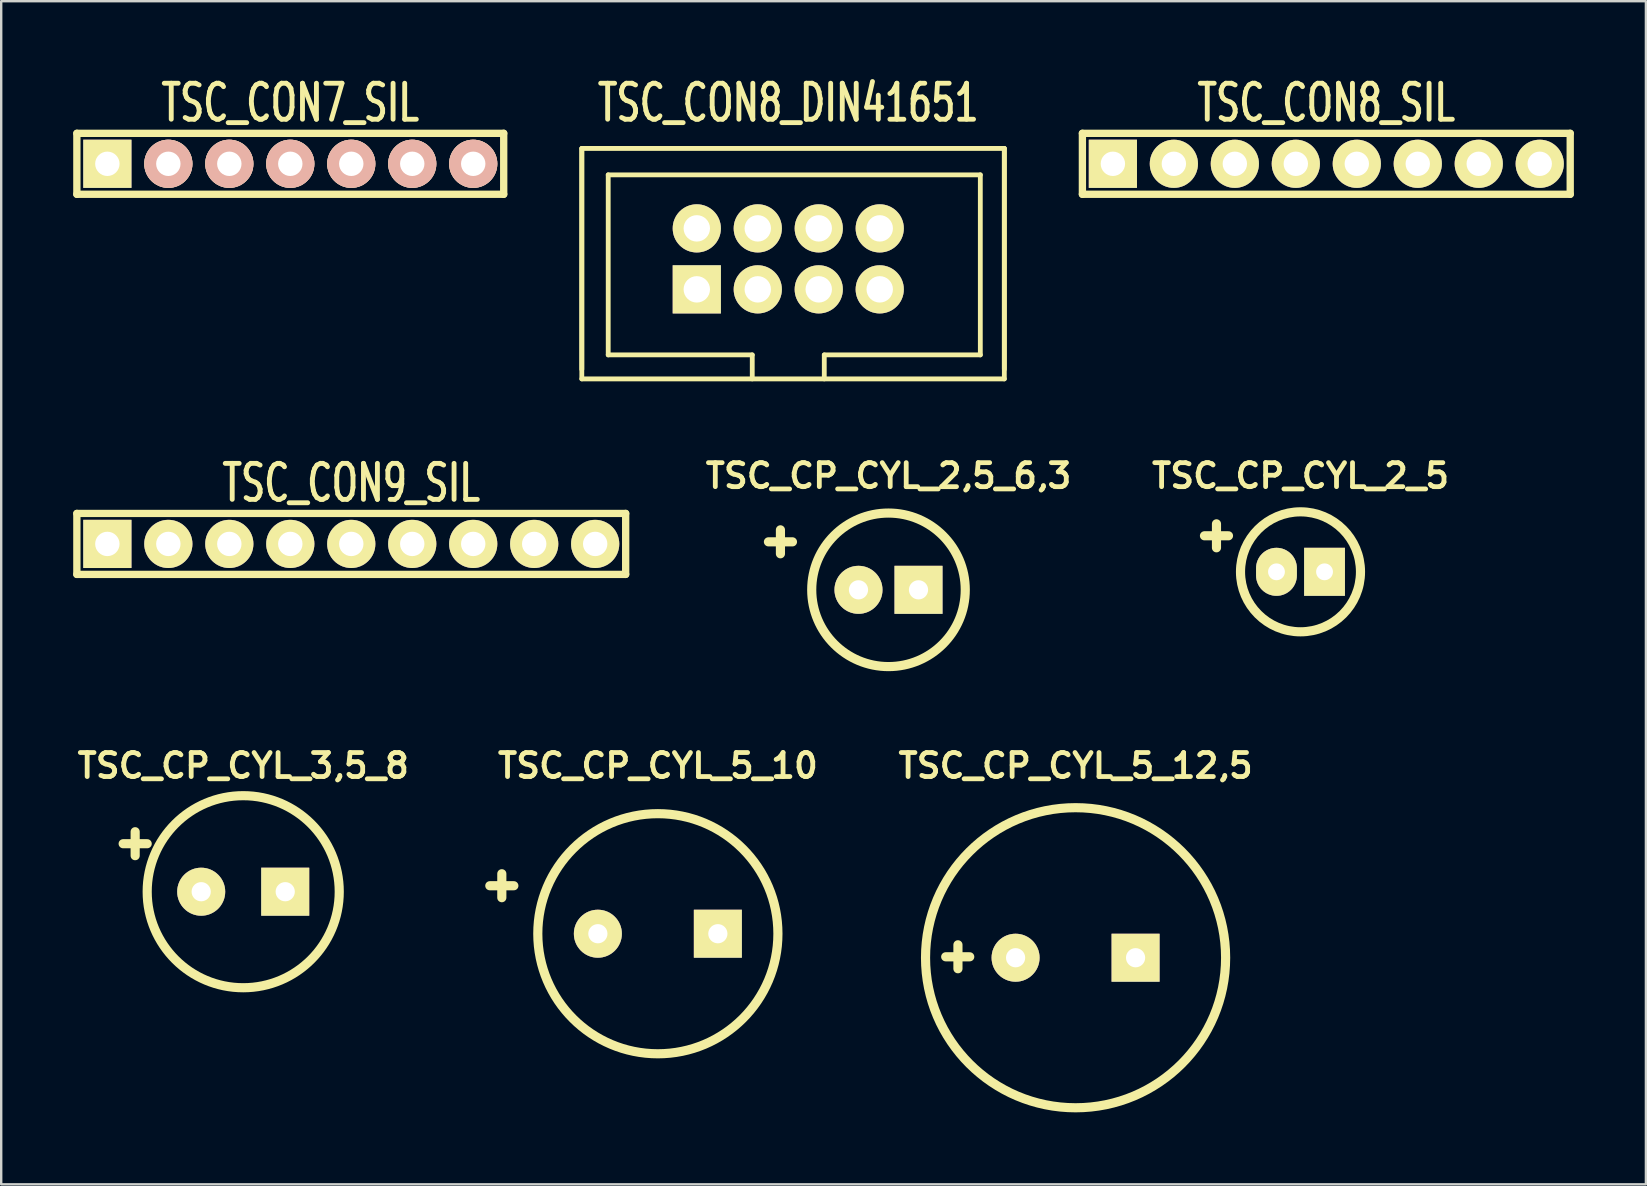
<source format=kicad_pcb>
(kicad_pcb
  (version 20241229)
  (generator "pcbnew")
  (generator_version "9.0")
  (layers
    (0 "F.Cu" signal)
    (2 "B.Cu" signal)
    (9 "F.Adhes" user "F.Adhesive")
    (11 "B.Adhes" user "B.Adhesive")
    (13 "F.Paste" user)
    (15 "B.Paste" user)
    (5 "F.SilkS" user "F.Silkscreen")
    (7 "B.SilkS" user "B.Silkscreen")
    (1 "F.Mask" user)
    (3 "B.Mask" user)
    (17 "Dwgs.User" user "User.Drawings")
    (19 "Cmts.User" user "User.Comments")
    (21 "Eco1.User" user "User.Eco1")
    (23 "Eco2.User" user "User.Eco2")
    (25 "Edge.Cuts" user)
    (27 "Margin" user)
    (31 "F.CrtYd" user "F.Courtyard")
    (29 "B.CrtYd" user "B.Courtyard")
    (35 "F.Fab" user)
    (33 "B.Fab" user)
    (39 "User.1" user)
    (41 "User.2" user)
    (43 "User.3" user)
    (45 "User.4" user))
  (footprint "TSC_CP_CYL_5_10"
    (layer "F.Cu")
    (at 24.353 35.844)
    (property "Reference" "TSC_CP_CYL_5_10" (at 0 -7 0) (layer "F.SilkS") (effects (font (size 1 1) (thickness 0.2))))
    (attr through_hole)
    (fp_line (start -6.5 -2.499) (end -6.5 -1.501) (stroke (width 0.381) (type solid)) (layer "F.SilkS"))
    (fp_line (start -5.999 -1.999) (end -7 -1.999) (stroke (width 0.381) (type solid)) (layer "F.SilkS"))
    (fp_circle (center 0 0) (end 5.001 0) (stroke (width 0.381) (type solid)) (fill no) (layer "F.SilkS"))
    (pad "1" thru_hole circle (at -2.499 0) (size 1.999 1.999) (drill 0.8) (layers "*.Cu" "*.Mask" "F.SilkS"))
    (pad "2" thru_hole rect (at 2.499 0) (size 1.999 1.999) (drill 0.8) (layers "*.Cu" "*.Mask" "F.SilkS")))
  (footprint "TSC_CP_CYL_2,5_6,3"
    (layer "F.Cu")
    (at 33.96 21.519)
    (property "Reference" "TSC_CP_CYL_2,5_6,3" (at 0 -4.75 0) (layer "F.SilkS") (effects (font (size 1 1) (thickness 0.2))))
    (attr through_hole)
    (fp_line (start -4.501 -2.499) (end -4.501 -1.501) (stroke (width 0.381) (type solid)) (layer "F.SilkS"))
    (fp_line (start -4 -1.999) (end -5.001 -1.999) (stroke (width 0.381) (type solid)) (layer "F.SilkS"))
    (fp_circle (center 0 0) (end 3.175 0.381) (stroke (width 0.381) (type solid)) (fill no) (layer "F.SilkS"))
    (pad "1" thru_hole circle (at -1.25 0) (size 2 2) (drill 0.8) (layers "*.Cu" "*.Mask" "F.SilkS"))
    (pad "2" thru_hole rect (at 1.25 0) (size 2 2) (drill 0.8) (layers "*.Cu" "*.Mask" "F.SilkS")))
  (footprint "TSC_CON8_DIN41651"
    (layer "F.Cu")
    (at 29.785 7.733)
    (property "Reference" "TSC_CON8_DIN41651" (at 0 -6.5 0) (layer "F.SilkS") (effects (font (size 1.499 1.016) (thickness 0.203))))
    (attr through_hole)
    (fp_line (start -8.6 -4.6) (end 9 -4.6) (stroke (width 0.2) (type solid)) (layer "F.SilkS"))
    (fp_line (start -8.6 4.6) (end -8.6 -4.6) (stroke (width 0.2) (type solid)) (layer "F.SilkS"))
    (fp_line (start -8.6 5) (end -8.6 -4.6) (stroke (width 0.2) (type solid)) (layer "F.SilkS"))
    (fp_line (start -7.5 -3.5) (end -7.5 4) (stroke (width 0.2) (type solid)) (layer "F.SilkS"))
    (fp_line (start -7.5 4) (end -1.5 4) (stroke (width 0.2) (type solid)) (layer "F.SilkS"))
    (fp_line (start -1.5 4) (end -1.5 5) (stroke (width 0.2) (type solid)) (layer "F.SilkS"))
    (fp_line (start 1.5 4) (end 8 4) (stroke (width 0.2) (type solid)) (layer "F.SilkS"))
    (fp_line (start 1.5 5) (end 1.5 4) (stroke (width 0.2) (type solid)) (layer "F.SilkS"))
    (fp_line (start 8 -3.5) (end -7.5 -3.5) (stroke (width 0.2) (type solid)) (layer "F.SilkS"))
    (fp_line (start 8 4) (end 8 -3.5) (stroke (width 0.2) (type solid)) (layer "F.SilkS"))
    (fp_line (start 9 -4.6) (end 9 4.6) (stroke (width 0.2) (type solid)) (layer "F.SilkS"))
    (fp_line (start 9 -4.6) (end 9 5) (stroke (width 0.2) (type solid)) (layer "F.SilkS"))
    (fp_line (start 9 5) (end -8.6 5) (stroke (width 0.2) (type solid)) (layer "F.SilkS"))
    (pad "1" thru_hole rect (at -3.81 1.27) (size 2.007 2.007) (drill 1.1) (layers "*.Cu" "*.Mask" "F.SilkS"))
    (pad "2" thru_hole circle (at -3.81 -1.27) (size 2.007 2.007) (drill 1.1) (layers "*.Cu" "*.Mask" "F.SilkS"))
    (pad "3" thru_hole circle (at -1.27 1.27) (size 2.007 2.007) (drill 1.1) (layers "*.Cu" "*.Mask" "F.SilkS"))
    (pad "4" thru_hole circle (at -1.27 -1.27) (size 2.007 2.007) (drill 1.1) (layers "*.Cu" "*.Mask" "F.SilkS"))
    (pad "5" thru_hole circle (at 1.27 1.27) (size 2.007 2.007) (drill 1.1) (layers "*.Cu" "*.Mask" "F.SilkS"))
    (pad "6" thru_hole circle (at 1.27 -1.27) (size 2.007 2.007) (drill 1.1) (layers "*.Cu" "*.Mask" "F.SilkS"))
    (pad "7" thru_hole circle (at 3.81 1.27) (size 2.007 2.007) (drill 1.1) (layers "*.Cu" "*.Mask" "F.SilkS"))
    (pad "8" thru_hole circle (at 3.81 -1.27) (size 2.007 2.007) (drill 1.1) (layers "*.Cu" "*.Mask" "F.SilkS")))
  (footprint "TSC_CON9_SIL"
    (layer "F.Cu")
    (at 11.582 19.607)
    (property "Reference" "TSC_CON9_SIL" (at 0 -2.54 0) (layer "F.SilkS") (effects (font (size 1.499 1.016) (thickness 0.203))))
    (attr through_hole)
    (fp_line (start -11.43 1.27) (end -11.43 -1.27) (stroke (width 0.305) (type solid)) (layer "F.SilkS"))
    (fp_line (start 11.43 -1.27) (end -11.43 -1.27) (stroke (width 0.305) (type solid)) (layer "F.SilkS"))
    (fp_line (start 11.43 -1.27) (end 11.43 1.27) (stroke (width 0.305) (type solid)) (layer "F.SilkS"))
    (fp_line (start 11.43 1.27) (end -11.43 1.27) (stroke (width 0.305) (type solid)) (layer "F.SilkS"))
    (pad "1" thru_hole rect (at -10.16 0) (size 2.007 2.007) (drill 1.016) (layers "*.Cu" "*.Mask" "F.SilkS"))
    (pad "2" thru_hole circle (at -7.62 0) (size 2.007 2.007) (drill 1.016) (layers "*.Cu" "*.Mask" "F.SilkS"))
    (pad "3" thru_hole circle (at -5.08 0) (size 2.007 2.007) (drill 1.016) (layers "*.Cu" "*.Mask" "F.SilkS"))
    (pad "4" thru_hole circle (at -2.54 0) (size 2.007 2.007) (drill 1.016) (layers "*.Cu" "*.Mask" "F.SilkS"))
    (pad "5" thru_hole circle (at 0 0) (size 2.007 2.007) (drill 1.016) (layers "*.Cu" "*.Mask" "F.SilkS"))
    (pad "6" thru_hole circle (at 2.54 0) (size 2.007 2.007) (drill 1.016) (layers "*.Cu" "*.Mask" "F.SilkS"))
    (pad "7" thru_hole circle (at 5.08 0) (size 2.007 2.007) (drill 1.016) (layers "*.Cu" "*.Mask" "F.SilkS"))
    (pad "8" thru_hole circle (at 7.62 0) (size 2.007 2.007) (drill 1.016) (layers "*.Cu" "*.Mask" "F.SilkS"))
    (pad "9" thru_hole circle (at 10.16 0) (size 2.007 2.007) (drill 1.016) (layers "*.Cu" "*.Mask" "F.SilkS")))
  (footprint "TSC_CON7_SIL"
    (layer "F.Cu")
    (at 9.042 3.773)
    (property "Reference" "TSC_CON7_SIL" (at 0 -2.54 0) (layer "F.SilkS") (effects (font (size 1.499 1.016) (thickness 0.203))))
    (attr through_hole)
    (fp_line (start -8.89 -1.27) (end 8.89 -1.27) (stroke (width 0.305) (type solid)) (layer "F.SilkS"))
    (fp_line (start -8.89 1.27) (end -8.89 -1.27) (stroke (width 0.305) (type solid)) (layer "F.SilkS"))
    (fp_line (start 8.89 -1.27) (end 8.89 1.27) (stroke (width 0.305) (type solid)) (layer "F.SilkS"))
    (fp_line (start 8.89 1.27) (end -8.89 1.27) (stroke (width 0.305) (type solid)) (layer "F.SilkS"))
    (pad "1" thru_hole rect (at -7.62 0) (size 2.007 2.007) (drill 1.016) (layers "*.Cu" "*.Mask" "F.SilkS"))
    (pad "2" thru_hole circle (at -5.08 0) (size 2.007 2.007) (drill 1.016) (layers "*.Cu" "*.SilkS" "*.Mask"))
    (pad "3" thru_hole circle (at -2.54 0) (size 2.007 2.007) (drill 1.016) (layers "*.Cu" "*.SilkS" "*.Mask"))
    (pad "4" thru_hole circle (at 0 0) (size 2.007 2.007) (drill 1.016) (layers "*.Cu" "*.SilkS" "*.Mask"))
    (pad "5" thru_hole circle (at 2.54 0) (size 2.007 2.007) (drill 1.016) (layers "*.Cu" "*.SilkS" "*.Mask"))
    (pad "6" thru_hole circle (at 5.08 0) (size 2.007 2.007) (drill 1.016) (layers "*.Cu" "*.SilkS" "*.Mask"))
    (pad "7" thru_hole circle (at 7.62 0) (size 2.007 2.007) (drill 1.016) (layers "*.Cu" "*.SilkS" "*.Mask")))
  (footprint "TSC_CP_CYL_3,5_8"
    (layer "F.Cu")
    (at 7.081 34.094)
    (property "Reference" "TSC_CP_CYL_3,5_8" (at 0 -5.25 0) (layer "F.SilkS") (effects (font (size 1 1) (thickness 0.2))))
    (attr through_hole)
    (fp_line (start -4.501 -2.499) (end -4.501 -1.501) (stroke (width 0.381) (type solid)) (layer "F.SilkS"))
    (fp_line (start -4 -1.999) (end -5.001 -1.999) (stroke (width 0.381) (type solid)) (layer "F.SilkS"))
    (fp_circle (center 0 0) (end 4 0) (stroke (width 0.381) (type solid)) (fill no) (layer "F.SilkS"))
    (pad "1" thru_hole circle (at -1.75 0) (size 2 2) (drill 0.8) (layers "*.Cu" "*.Mask" "F.SilkS"))
    (pad "2" thru_hole rect (at 1.75 0) (size 2 2) (drill 0.8) (layers "*.Cu" "*.Mask" "F.SilkS")))
  (footprint "TSC_CP_CYL_2_5"
    (layer "F.Cu")
    (at 51.122 20.769)
    (property "Reference" "TSC_CP_CYL_2_5" (at 0 -4 0) (layer "F.SilkS") (effects (font (size 1 1) (thickness 0.2))))
    (attr through_hole)
    (fp_line (start -3.5 -1.999) (end -3.5 -1.001) (stroke (width 0.381) (type solid)) (layer "F.SilkS"))
    (fp_line (start -3 -1.501) (end -4 -1.501) (stroke (width 0.381) (type solid)) (layer "F.SilkS"))
    (fp_circle (center 0 0) (end 2.499 0) (stroke (width 0.381) (type solid)) (fill no) (layer "F.SilkS"))
    (pad "1" thru_hole oval (at -1.001 0) (size 1.7 2) (drill 0.701) (layers "*.Cu" "*.Mask" "F.SilkS"))
    (pad "2" thru_hole rect (at 1.001 0) (size 1.7 2) (drill 0.701) (layers "*.Cu" "*.Mask" "F.SilkS")))
  (footprint "TSC_CON8_SIL"
    (layer "F.Cu")
    (at 52.197 3.773)
    (property "Reference" "TSC_CON8_SIL" (at 0 -2.54 0) (layer "F.SilkS") (effects (font (size 1.499 1.016) (thickness 0.203))))
    (attr through_hole)
    (fp_line (start -10.16 -1.27) (end 10.16 -1.27) (stroke (width 0.305) (type solid)) (layer "F.SilkS"))
    (fp_line (start -10.16 1.27) (end -10.16 -1.27) (stroke (width 0.305) (type solid)) (layer "F.SilkS"))
    (fp_line (start 10.16 -1.27) (end 10.16 1.27) (stroke (width 0.305) (type solid)) (layer "F.SilkS"))
    (fp_line (start 10.16 1.27) (end -10.16 1.27) (stroke (width 0.305) (type solid)) (layer "F.SilkS"))
    (pad "1" thru_hole rect (at -8.89 0) (size 2.007 2.007) (drill 1.016) (layers "*.Cu" "*.Mask" "F.SilkS"))
    (pad "2" thru_hole circle (at -6.35 0) (size 2.007 2.007) (drill 1.016) (layers "*.Cu" "*.Mask" "F.SilkS"))
    (pad "3" thru_hole circle (at -3.81 0) (size 2.007 2.007) (drill 1.016) (layers "*.Cu" "*.Mask" "F.SilkS"))
    (pad "4" thru_hole circle (at -1.27 0) (size 2.007 2.007) (drill 1.016) (layers "*.Cu" "*.Mask" "F.SilkS"))
    (pad "5" thru_hole circle (at 1.27 0) (size 2.007 2.007) (drill 1.016) (layers "*.Cu" "*.Mask" "F.SilkS"))
    (pad "6" thru_hole circle (at 3.81 0) (size 2.007 2.007) (drill 1.016) (layers "*.Cu" "*.Mask" "F.SilkS"))
    (pad "7" thru_hole circle (at 6.35 0) (size 2.007 2.007) (drill 1.016) (layers "*.Cu" "*.Mask" "F.SilkS"))
    (pad "8" thru_hole circle (at 8.89 0) (size 2.007 2.007) (drill 1.016) (layers "*.Cu" "*.Mask" "F.SilkS")))
  (footprint "TSC_CP_CYL_5_12,5"
    (layer "F.Cu")
    (at 41.753 36.844)
    (property "Reference" "TSC_CP_CYL_5_12,5" (at 0 -8 0) (layer "F.SilkS") (effects (font (size 1 1) (thickness 0.2))))
    (attr through_hole)
    (fp_line (start -4.9 -0.539) (end -4.9 0.459) (stroke (width 0.381) (type solid)) (layer "F.SilkS"))
    (fp_line (start -4.409 -0.039) (end -5.41 -0.039) (stroke (width 0.381) (type solid)) (layer "F.SilkS"))
    (fp_circle (center 0 0) (end 6.25 0) (stroke (width 0.381) (type solid)) (fill no) (layer "F.SilkS"))
    (pad "1" thru_hole circle (at -2.499 0) (size 1.999 1.999) (drill 0.8) (layers "*.Cu" "*.Mask" "F.SilkS"))
    (pad "2" thru_hole rect (at 2.499 0) (size 1.999 1.999) (drill 0.8) (layers "*.Cu" "*.Mask" "F.SilkS")))
  (gr_rect
    (start -3 -3)
    (end 65.51 46.284)
    (stroke (width 0.1) (type default))
    (fill no)
    (layer "Edge.Cuts")))
</source>
